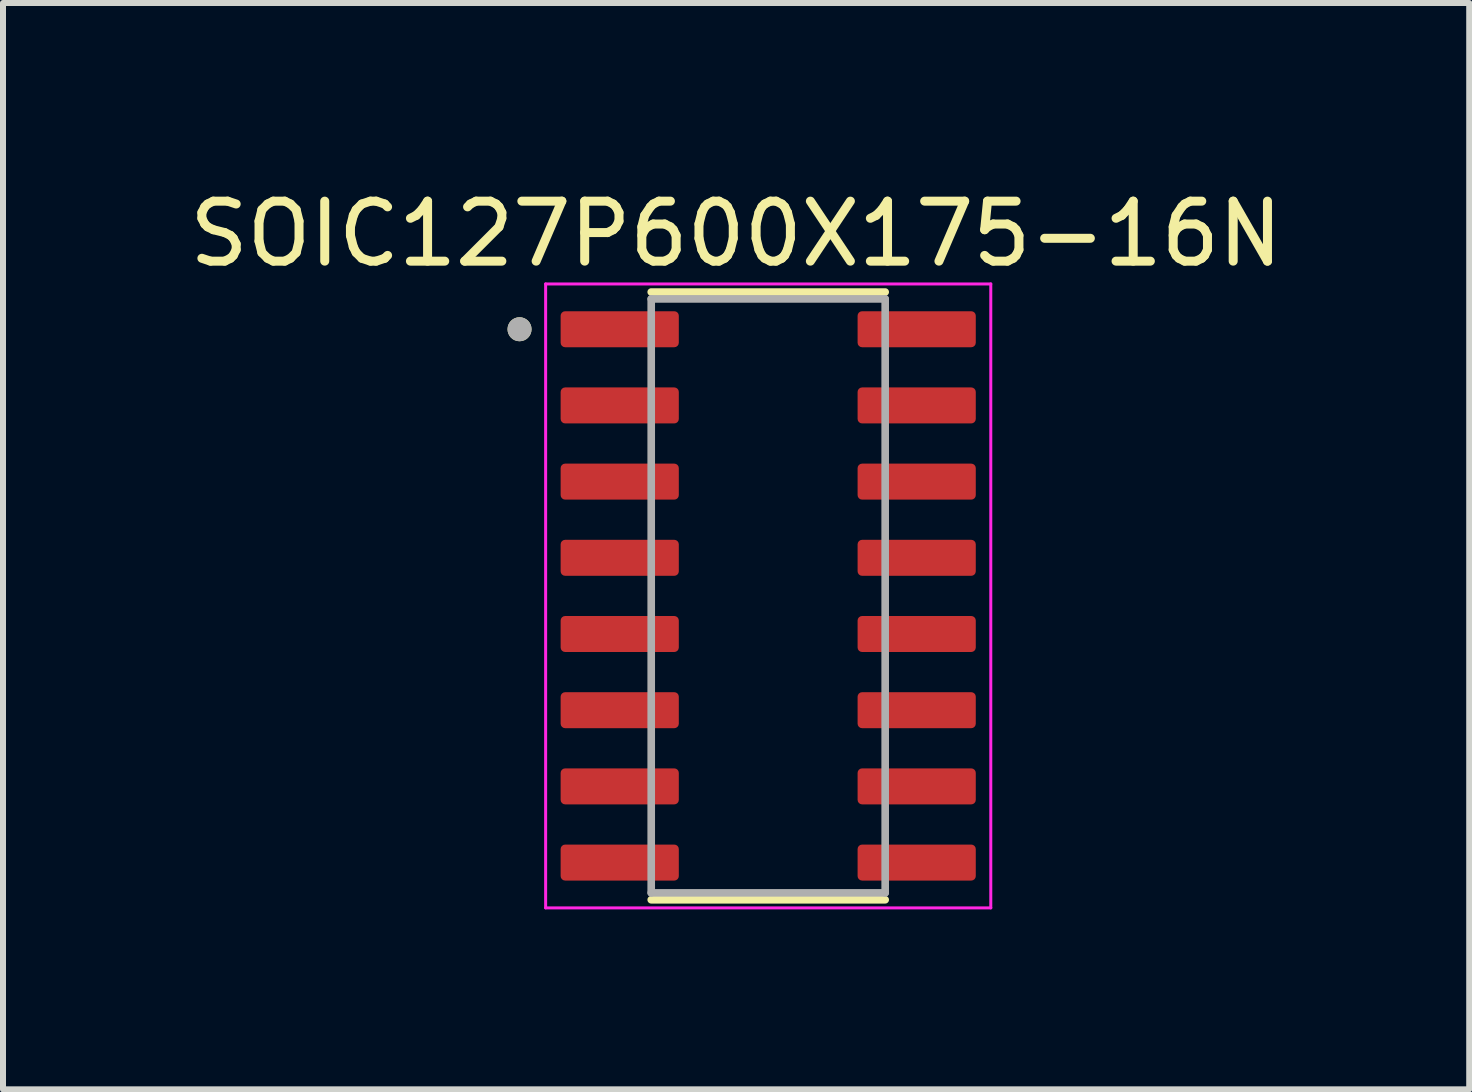
<source format=kicad_pcb>
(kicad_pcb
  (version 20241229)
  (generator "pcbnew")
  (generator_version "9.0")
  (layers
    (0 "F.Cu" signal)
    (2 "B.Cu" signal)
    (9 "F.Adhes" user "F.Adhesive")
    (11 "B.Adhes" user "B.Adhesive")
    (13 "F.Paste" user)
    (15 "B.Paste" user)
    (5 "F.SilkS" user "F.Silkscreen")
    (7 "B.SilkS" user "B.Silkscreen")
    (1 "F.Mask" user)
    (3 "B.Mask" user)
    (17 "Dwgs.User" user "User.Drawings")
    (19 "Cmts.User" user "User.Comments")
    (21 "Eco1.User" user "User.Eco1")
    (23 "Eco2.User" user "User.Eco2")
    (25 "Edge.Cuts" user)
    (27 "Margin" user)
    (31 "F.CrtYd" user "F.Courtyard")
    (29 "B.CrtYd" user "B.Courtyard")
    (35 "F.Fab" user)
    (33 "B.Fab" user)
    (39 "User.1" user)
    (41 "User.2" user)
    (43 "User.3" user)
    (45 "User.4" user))
  (footprint "SOIC127P600X175-16N"
    (layer "F.Cu")
    (at 9.755 6.883)
    (property "Reference" "SOIC127P600X175-16N" (at -0.535 -6.035 0) (layer "F.SilkS") (effects (font (size 1 1) (thickness 0.15))))
    (attr smd)
    (fp_line (start -1.95 -5.065) (end 1.95 -5.065) (stroke (width 0.127) (type solid)) (layer "F.SilkS"))
    (fp_line (start -1.95 5.065) (end 1.95 5.065) (stroke (width 0.127) (type solid)) (layer "F.SilkS"))
    (fp_circle (center -4.145 -4.445) (end -4.045 -4.445) (stroke (width 0.2) (type solid)) (fill no) (layer "F.SilkS"))
    (fp_line (start -3.71 -5.2) (end -3.71 5.2) (stroke (width 0.05) (type solid)) (layer "F.CrtYd"))
    (fp_line (start -3.71 -5.2) (end 3.71 -5.2) (stroke (width 0.05) (type solid)) (layer "F.CrtYd"))
    (fp_line (start -3.71 5.2) (end 3.71 5.2) (stroke (width 0.05) (type solid)) (layer "F.CrtYd"))
    (fp_line (start 3.71 -5.2) (end 3.71 5.2) (stroke (width 0.05) (type solid)) (layer "F.CrtYd"))
    (fp_line (start -1.95 -4.95) (end -1.95 4.95) (stroke (width 0.127) (type solid)) (layer "F.Fab"))
    (fp_line (start -1.95 -4.95) (end 1.95 -4.95) (stroke (width 0.127) (type solid)) (layer "F.Fab"))
    (fp_line (start -1.95 4.95) (end 1.95 4.95) (stroke (width 0.127) (type solid)) (layer "F.Fab"))
    (fp_line (start 1.95 -4.95) (end 1.95 4.95) (stroke (width 0.127) (type solid)) (layer "F.Fab"))
    (fp_circle (center -4.145 -4.445) (end -4.045 -4.445) (stroke (width 0.2) (type solid)) (fill no) (layer "F.Fab"))
    (pad "1" smd roundrect (at -2.475 -4.445) (size 1.97 0.6) (layers "F.Cu" "F.Mask" "F.Paste") (roundrect_rratio 0.125))
    (pad "2" smd roundrect (at -2.475 -3.175) (size 1.97 0.6) (layers "F.Cu" "F.Mask" "F.Paste") (roundrect_rratio 0.125))
    (pad "3" smd roundrect (at -2.475 -1.905) (size 1.97 0.6) (layers "F.Cu" "F.Mask" "F.Paste") (roundrect_rratio 0.125))
    (pad "4" smd roundrect (at -2.475 -0.635) (size 1.97 0.6) (layers "F.Cu" "F.Mask" "F.Paste") (roundrect_rratio 0.125))
    (pad "5" smd roundrect (at -2.475 0.635) (size 1.97 0.6) (layers "F.Cu" "F.Mask" "F.Paste") (roundrect_rratio 0.125))
    (pad "6" smd roundrect (at -2.475 1.905) (size 1.97 0.6) (layers "F.Cu" "F.Mask" "F.Paste") (roundrect_rratio 0.125))
    (pad "7" smd roundrect (at -2.475 3.175) (size 1.97 0.6) (layers "F.Cu" "F.Mask" "F.Paste") (roundrect_rratio 0.125))
    (pad "8" smd roundrect (at -2.475 4.445) (size 1.97 0.6) (layers "F.Cu" "F.Mask" "F.Paste") (roundrect_rratio 0.125))
    (pad "9" smd roundrect (at 2.475 4.445) (size 1.97 0.6) (layers "F.Cu" "F.Mask" "F.Paste") (roundrect_rratio 0.125))
    (pad "10" smd roundrect (at 2.475 3.175) (size 1.97 0.6) (layers "F.Cu" "F.Mask" "F.Paste") (roundrect_rratio 0.125))
    (pad "11" smd roundrect (at 2.475 1.905) (size 1.97 0.6) (layers "F.Cu" "F.Mask" "F.Paste") (roundrect_rratio 0.125))
    (pad "12" smd roundrect (at 2.475 0.635) (size 1.97 0.6) (layers "F.Cu" "F.Mask" "F.Paste") (roundrect_rratio 0.125))
    (pad "13" smd roundrect (at 2.475 -0.635) (size 1.97 0.6) (layers "F.Cu" "F.Mask" "F.Paste") (roundrect_rratio 0.125))
    (pad "14" smd roundrect (at 2.475 -1.905) (size 1.97 0.6) (layers "F.Cu" "F.Mask" "F.Paste") (roundrect_rratio 0.125))
    (pad "15" smd roundrect (at 2.475 -3.175) (size 1.97 0.6) (layers "F.Cu" "F.Mask" "F.Paste") (roundrect_rratio 0.125))
    (pad "16" smd roundrect (at 2.475 -4.445) (size 1.97 0.6) (layers "F.Cu" "F.Mask" "F.Paste") (roundrect_rratio 0.125)))
  (gr_rect
    (start -3 -3)
    (end 21.44 15.108)
    (stroke (width 0.1) (type default))
    (fill no)
    (layer "Edge.Cuts")))
</source>
